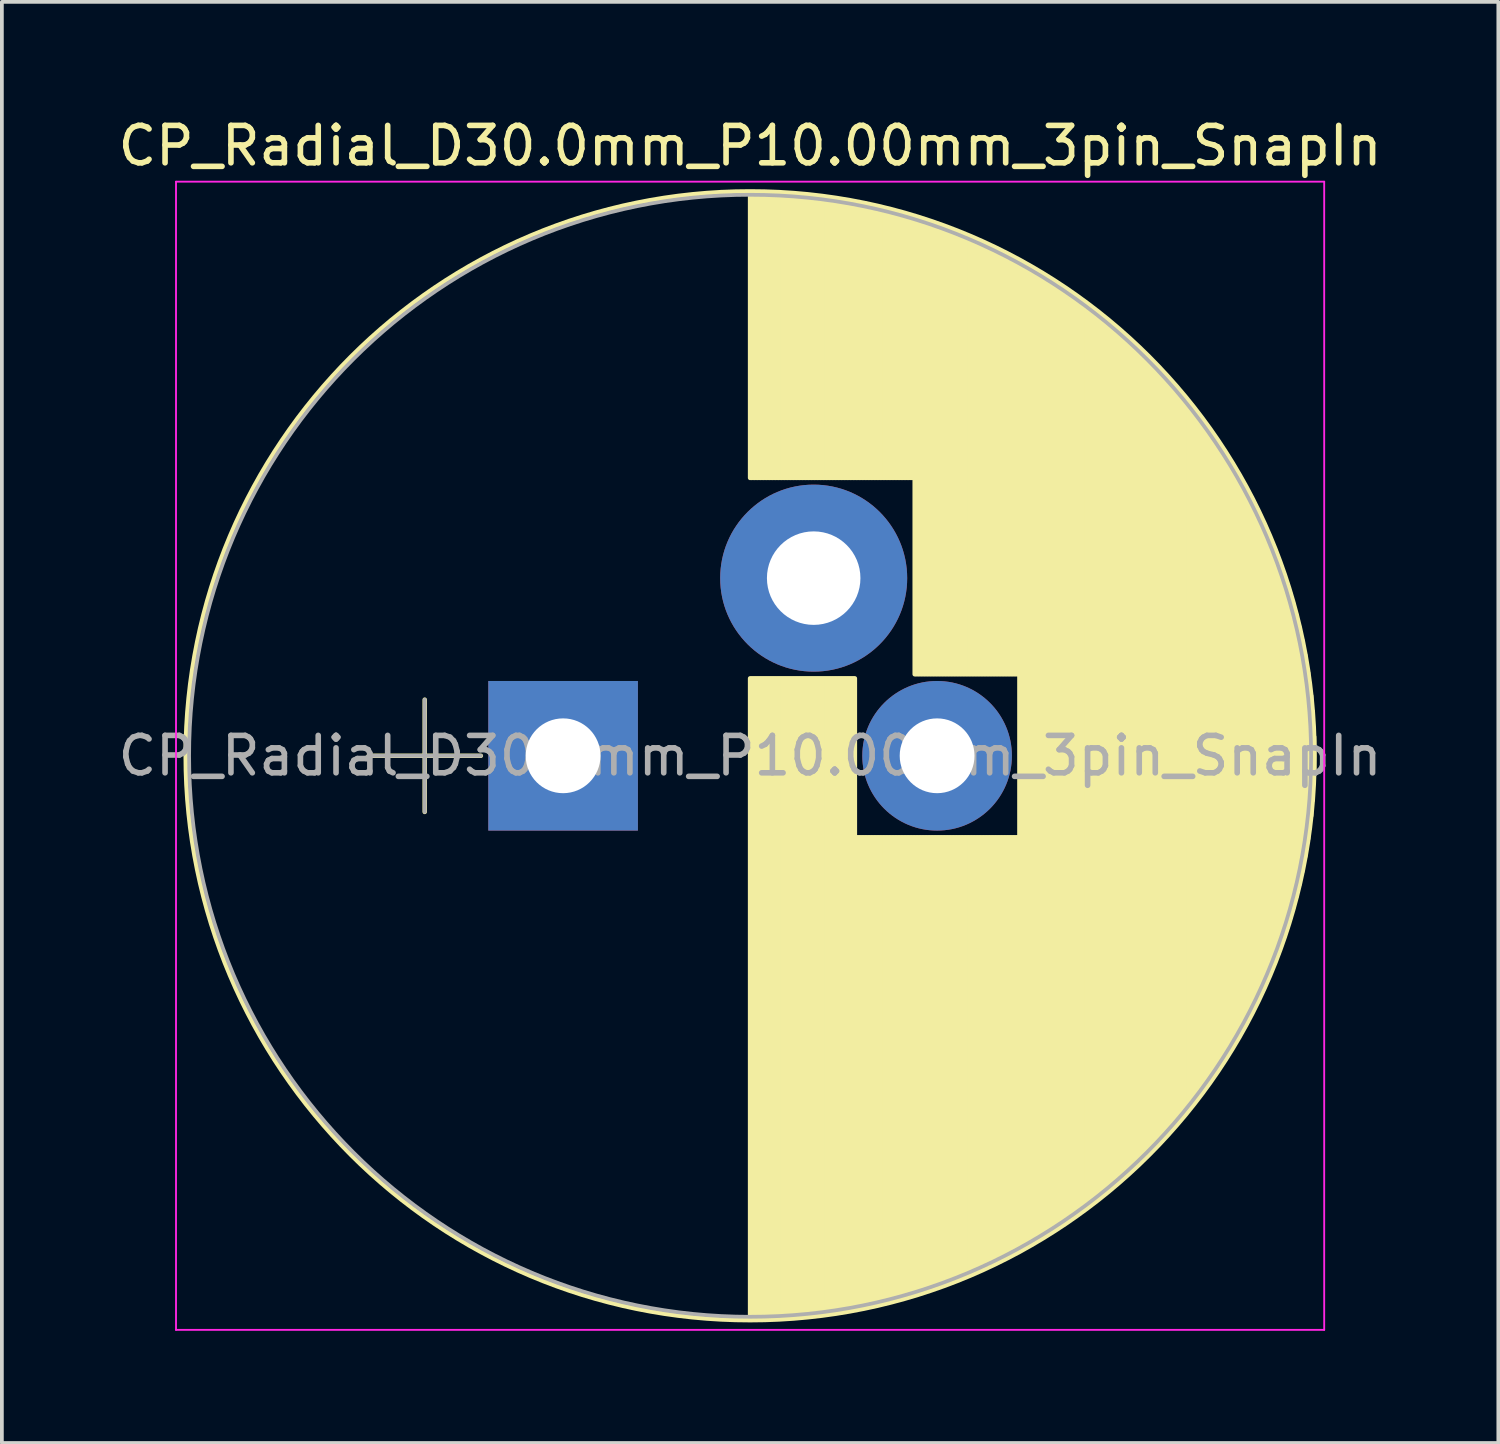
<source format=kicad_pcb>
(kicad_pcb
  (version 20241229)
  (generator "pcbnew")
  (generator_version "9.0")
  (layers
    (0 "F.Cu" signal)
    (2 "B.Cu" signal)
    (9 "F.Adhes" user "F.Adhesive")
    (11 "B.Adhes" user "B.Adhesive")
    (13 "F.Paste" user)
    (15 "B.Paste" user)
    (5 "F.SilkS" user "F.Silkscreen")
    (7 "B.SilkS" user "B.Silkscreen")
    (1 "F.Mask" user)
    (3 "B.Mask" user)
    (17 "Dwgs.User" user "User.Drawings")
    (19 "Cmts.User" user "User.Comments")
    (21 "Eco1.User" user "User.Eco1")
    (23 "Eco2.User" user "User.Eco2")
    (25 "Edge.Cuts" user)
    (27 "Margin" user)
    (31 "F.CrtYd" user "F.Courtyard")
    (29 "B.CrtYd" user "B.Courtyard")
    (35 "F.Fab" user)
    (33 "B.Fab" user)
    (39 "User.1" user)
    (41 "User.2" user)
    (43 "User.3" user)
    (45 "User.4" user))
  (footprint "CP_Radial_D30.0mm_P10.00mm_3pin_SnapIn"
    (layer "F.Cu")
    (at 12.006 17.158)
    (property "Reference" "CP_Radial_D30.0mm_P10.00mm_3pin_SnapIn" (at 5 -16.31 0) (layer "F.SilkS") (effects (font (size 1 1) (thickness 0.15))))
    (attr through_hole)
    (fp_line (start -5.2 0) (end -2.2 0) (stroke (width 0.12) (type solid)) (layer "F.SilkS"))
    (fp_line (start -3.7 -1.5) (end -3.7 1.5) (stroke (width 0.12) (type solid)) (layer "F.SilkS"))
    (fp_line (start 5 -15.05) (end 5 -7.43) (stroke (width 0.12) (type solid)) (layer "F.SilkS"))
    (fp_line (start 5 -2.07) (end 5 15.05) (stroke (width 0.12) (type solid)) (layer "F.SilkS"))
    (fp_line (start 5.04 -15.05) (end 5.04 -7.43) (stroke (width 0.12) (type solid)) (layer "F.SilkS"))
    (fp_line (start 5.04 -2.07) (end 5.04 15.05) (stroke (width 0.12) (type solid)) (layer "F.SilkS"))
    (fp_line (start 5.08 -15.05) (end 5.08 -7.43) (stroke (width 0.12) (type solid)) (layer "F.SilkS"))
    (fp_line (start 5.08 -2.07) (end 5.08 15.05) (stroke (width 0.12) (type solid)) (layer "F.SilkS"))
    (fp_line (start 5.12 -15.05) (end 5.12 -7.43) (stroke (width 0.12) (type solid)) (layer "F.SilkS"))
    (fp_line (start 5.12 -2.07) (end 5.12 15.05) (stroke (width 0.12) (type solid)) (layer "F.SilkS"))
    (fp_line (start 5.16 -15.05) (end 5.16 -7.43) (stroke (width 0.12) (type solid)) (layer "F.SilkS"))
    (fp_line (start 5.16 -2.07) (end 5.16 15.05) (stroke (width 0.12) (type solid)) (layer "F.SilkS"))
    (fp_line (start 5.2 -15.049) (end 5.2 -7.43) (stroke (width 0.12) (type solid)) (layer "F.SilkS"))
    (fp_line (start 5.2 -2.07) (end 5.2 15.049) (stroke (width 0.12) (type solid)) (layer "F.SilkS"))
    (fp_line (start 5.24 -15.049) (end 5.24 -7.43) (stroke (width 0.12) (type solid)) (layer "F.SilkS"))
    (fp_line (start 5.24 -2.07) (end 5.24 15.049) (stroke (width 0.12) (type solid)) (layer "F.SilkS"))
    (fp_line (start 5.28 -15.048) (end 5.28 -7.43) (stroke (width 0.12) (type solid)) (layer "F.SilkS"))
    (fp_line (start 5.28 -2.07) (end 5.28 15.048) (stroke (width 0.12) (type solid)) (layer "F.SilkS"))
    (fp_line (start 5.32 -15.047) (end 5.32 -7.43) (stroke (width 0.12) (type solid)) (layer "F.SilkS"))
    (fp_line (start 5.32 -2.07) (end 5.32 15.047) (stroke (width 0.12) (type solid)) (layer "F.SilkS"))
    (fp_line (start 5.36 -15.046) (end 5.36 -7.43) (stroke (width 0.12) (type solid)) (layer "F.SilkS"))
    (fp_line (start 5.36 -2.07) (end 5.36 15.046) (stroke (width 0.12) (type solid)) (layer "F.SilkS"))
    (fp_line (start 5.4 -15.045) (end 5.4 -7.43) (stroke (width 0.12) (type solid)) (layer "F.SilkS"))
    (fp_line (start 5.4 -2.07) (end 5.4 15.045) (stroke (width 0.12) (type solid)) (layer "F.SilkS"))
    (fp_line (start 5.44 -15.044) (end 5.44 -7.43) (stroke (width 0.12) (type solid)) (layer "F.SilkS"))
    (fp_line (start 5.44 -2.07) (end 5.44 15.044) (stroke (width 0.12) (type solid)) (layer "F.SilkS"))
    (fp_line (start 5.48 -15.043) (end 5.48 -7.43) (stroke (width 0.12) (type solid)) (layer "F.SilkS"))
    (fp_line (start 5.48 -2.07) (end 5.48 15.043) (stroke (width 0.12) (type solid)) (layer "F.SilkS"))
    (fp_line (start 5.52 -15.042) (end 5.52 -7.43) (stroke (width 0.12) (type solid)) (layer "F.SilkS"))
    (fp_line (start 5.52 -2.07) (end 5.52 15.042) (stroke (width 0.12) (type solid)) (layer "F.SilkS"))
    (fp_line (start 5.56 -15.04) (end 5.56 -7.43) (stroke (width 0.12) (type solid)) (layer "F.SilkS"))
    (fp_line (start 5.56 -2.07) (end 5.56 15.04) (stroke (width 0.12) (type solid)) (layer "F.SilkS"))
    (fp_line (start 5.6 -15.039) (end 5.6 -7.43) (stroke (width 0.12) (type solid)) (layer "F.SilkS"))
    (fp_line (start 5.6 -2.07) (end 5.6 15.039) (stroke (width 0.12) (type solid)) (layer "F.SilkS"))
    (fp_line (start 5.64 -15.037) (end 5.64 -7.43) (stroke (width 0.12) (type solid)) (layer "F.SilkS"))
    (fp_line (start 5.64 -2.07) (end 5.64 15.037) (stroke (width 0.12) (type solid)) (layer "F.SilkS"))
    (fp_line (start 5.68 -15.035) (end 5.68 -7.43) (stroke (width 0.12) (type solid)) (layer "F.SilkS"))
    (fp_line (start 5.68 -2.07) (end 5.68 15.035) (stroke (width 0.12) (type solid)) (layer "F.SilkS"))
    (fp_line (start 5.721 -15.033) (end 5.721 -7.43) (stroke (width 0.12) (type solid)) (layer "F.SilkS"))
    (fp_line (start 5.721 -2.07) (end 5.721 15.033) (stroke (width 0.12) (type solid)) (layer "F.SilkS"))
    (fp_line (start 5.761 -15.031) (end 5.761 -7.43) (stroke (width 0.12) (type solid)) (layer "F.SilkS"))
    (fp_line (start 5.761 -2.07) (end 5.761 15.031) (stroke (width 0.12) (type solid)) (layer "F.SilkS"))
    (fp_line (start 5.801 -15.029) (end 5.801 -7.43) (stroke (width 0.12) (type solid)) (layer "F.SilkS"))
    (fp_line (start 5.801 -2.07) (end 5.801 15.029) (stroke (width 0.12) (type solid)) (layer "F.SilkS"))
    (fp_line (start 5.841 -15.027) (end 5.841 -7.43) (stroke (width 0.12) (type solid)) (layer "F.SilkS"))
    (fp_line (start 5.841 -2.07) (end 5.841 15.027) (stroke (width 0.12) (type solid)) (layer "F.SilkS"))
    (fp_line (start 5.881 -15.025) (end 5.881 -7.43) (stroke (width 0.12) (type solid)) (layer "F.SilkS"))
    (fp_line (start 5.881 -2.07) (end 5.881 15.025) (stroke (width 0.12) (type solid)) (layer "F.SilkS"))
    (fp_line (start 5.921 -15.022) (end 5.921 -7.43) (stroke (width 0.12) (type solid)) (layer "F.SilkS"))
    (fp_line (start 5.921 -2.07) (end 5.921 15.022) (stroke (width 0.12) (type solid)) (layer "F.SilkS"))
    (fp_line (start 5.961 -15.02) (end 5.961 -7.43) (stroke (width 0.12) (type solid)) (layer "F.SilkS"))
    (fp_line (start 5.961 -2.07) (end 5.961 15.02) (stroke (width 0.12) (type solid)) (layer "F.SilkS"))
    (fp_line (start 6.001 -15.017) (end 6.001 -7.43) (stroke (width 0.12) (type solid)) (layer "F.SilkS"))
    (fp_line (start 6.001 -2.07) (end 6.001 15.017) (stroke (width 0.12) (type solid)) (layer "F.SilkS"))
    (fp_line (start 6.041 -15.015) (end 6.041 -7.43) (stroke (width 0.12) (type solid)) (layer "F.SilkS"))
    (fp_line (start 6.041 -2.07) (end 6.041 15.015) (stroke (width 0.12) (type solid)) (layer "F.SilkS"))
    (fp_line (start 6.081 -15.012) (end 6.081 -7.43) (stroke (width 0.12) (type solid)) (layer "F.SilkS"))
    (fp_line (start 6.081 -2.07) (end 6.081 15.012) (stroke (width 0.12) (type solid)) (layer "F.SilkS"))
    (fp_line (start 6.121 -15.009) (end 6.121 -7.43) (stroke (width 0.12) (type solid)) (layer "F.SilkS"))
    (fp_line (start 6.121 -2.07) (end 6.121 15.009) (stroke (width 0.12) (type solid)) (layer "F.SilkS"))
    (fp_line (start 6.161 -15.006) (end 6.161 -7.43) (stroke (width 0.12) (type solid)) (layer "F.SilkS"))
    (fp_line (start 6.161 -2.07) (end 6.161 15.006) (stroke (width 0.12) (type solid)) (layer "F.SilkS"))
    (fp_line (start 6.201 -15.003) (end 6.201 -7.43) (stroke (width 0.12) (type solid)) (layer "F.SilkS"))
    (fp_line (start 6.201 -2.07) (end 6.201 15.003) (stroke (width 0.12) (type solid)) (layer "F.SilkS"))
    (fp_line (start 6.241 -14.999) (end 6.241 -7.43) (stroke (width 0.12) (type solid)) (layer "F.SilkS"))
    (fp_line (start 6.241 -2.07) (end 6.241 14.999) (stroke (width 0.12) (type solid)) (layer "F.SilkS"))
    (fp_line (start 6.281 -14.996) (end 6.281 -7.43) (stroke (width 0.12) (type solid)) (layer "F.SilkS"))
    (fp_line (start 6.281 -2.07) (end 6.281 14.996) (stroke (width 0.12) (type solid)) (layer "F.SilkS"))
    (fp_line (start 6.321 -14.993) (end 6.321 -7.43) (stroke (width 0.12) (type solid)) (layer "F.SilkS"))
    (fp_line (start 6.321 -2.07) (end 6.321 14.993) (stroke (width 0.12) (type solid)) (layer "F.SilkS"))
    (fp_line (start 6.361 -14.989) (end 6.361 -7.43) (stroke (width 0.12) (type solid)) (layer "F.SilkS"))
    (fp_line (start 6.361 -2.07) (end 6.361 14.989) (stroke (width 0.12) (type solid)) (layer "F.SilkS"))
    (fp_line (start 6.401 -14.985) (end 6.401 -7.43) (stroke (width 0.12) (type solid)) (layer "F.SilkS"))
    (fp_line (start 6.401 -2.07) (end 6.401 14.985) (stroke (width 0.12) (type solid)) (layer "F.SilkS"))
    (fp_line (start 6.441 -14.982) (end 6.441 -7.43) (stroke (width 0.12) (type solid)) (layer "F.SilkS"))
    (fp_line (start 6.441 -2.07) (end 6.441 14.982) (stroke (width 0.12) (type solid)) (layer "F.SilkS"))
    (fp_line (start 6.481 -14.978) (end 6.481 -7.43) (stroke (width 0.12) (type solid)) (layer "F.SilkS"))
    (fp_line (start 6.481 -2.07) (end 6.481 14.978) (stroke (width 0.12) (type solid)) (layer "F.SilkS"))
    (fp_line (start 6.521 -14.974) (end 6.521 -7.43) (stroke (width 0.12) (type solid)) (layer "F.SilkS"))
    (fp_line (start 6.521 -2.07) (end 6.521 14.974) (stroke (width 0.12) (type solid)) (layer "F.SilkS"))
    (fp_line (start 6.561 -14.97) (end 6.561 -7.43) (stroke (width 0.12) (type solid)) (layer "F.SilkS"))
    (fp_line (start 6.561 -2.07) (end 6.561 14.97) (stroke (width 0.12) (type solid)) (layer "F.SilkS"))
    (fp_line (start 6.601 -14.965) (end 6.601 -7.43) (stroke (width 0.12) (type solid)) (layer "F.SilkS"))
    (fp_line (start 6.601 -2.07) (end 6.601 14.965) (stroke (width 0.12) (type solid)) (layer "F.SilkS"))
    (fp_line (start 6.641 -14.961) (end 6.641 -7.43) (stroke (width 0.12) (type solid)) (layer "F.SilkS"))
    (fp_line (start 6.641 -2.07) (end 6.641 14.961) (stroke (width 0.12) (type solid)) (layer "F.SilkS"))
    (fp_line (start 6.681 -14.957) (end 6.681 -7.43) (stroke (width 0.12) (type solid)) (layer "F.SilkS"))
    (fp_line (start 6.681 -2.07) (end 6.681 14.957) (stroke (width 0.12) (type solid)) (layer "F.SilkS"))
    (fp_line (start 6.721 -14.952) (end 6.721 -7.43) (stroke (width 0.12) (type solid)) (layer "F.SilkS"))
    (fp_line (start 6.721 -2.07) (end 6.721 14.952) (stroke (width 0.12) (type solid)) (layer "F.SilkS"))
    (fp_line (start 6.761 -14.948) (end 6.761 -7.43) (stroke (width 0.12) (type solid)) (layer "F.SilkS"))
    (fp_line (start 6.761 -2.07) (end 6.761 14.948) (stroke (width 0.12) (type solid)) (layer "F.SilkS"))
    (fp_line (start 6.801 -14.943) (end 6.801 -7.43) (stroke (width 0.12) (type solid)) (layer "F.SilkS"))
    (fp_line (start 6.801 -2.07) (end 6.801 14.943) (stroke (width 0.12) (type solid)) (layer "F.SilkS"))
    (fp_line (start 6.841 -14.938) (end 6.841 -7.43) (stroke (width 0.12) (type solid)) (layer "F.SilkS"))
    (fp_line (start 6.841 -2.07) (end 6.841 14.938) (stroke (width 0.12) (type solid)) (layer "F.SilkS"))
    (fp_line (start 6.881 -14.933) (end 6.881 -7.43) (stroke (width 0.12) (type solid)) (layer "F.SilkS"))
    (fp_line (start 6.881 -2.07) (end 6.881 14.933) (stroke (width 0.12) (type solid)) (layer "F.SilkS"))
    (fp_line (start 6.921 -14.928) (end 6.921 -7.43) (stroke (width 0.12) (type solid)) (layer "F.SilkS"))
    (fp_line (start 6.921 -2.07) (end 6.921 14.928) (stroke (width 0.12) (type solid)) (layer "F.SilkS"))
    (fp_line (start 6.961 -14.923) (end 6.961 -7.43) (stroke (width 0.12) (type solid)) (layer "F.SilkS"))
    (fp_line (start 6.961 -2.07) (end 6.961 14.923) (stroke (width 0.12) (type solid)) (layer "F.SilkS"))
    (fp_line (start 7.001 -14.917) (end 7.001 -7.43) (stroke (width 0.12) (type solid)) (layer "F.SilkS"))
    (fp_line (start 7.001 -2.07) (end 7.001 14.917) (stroke (width 0.12) (type solid)) (layer "F.SilkS"))
    (fp_line (start 7.041 -14.912) (end 7.041 -7.43) (stroke (width 0.12) (type solid)) (layer "F.SilkS"))
    (fp_line (start 7.041 -2.07) (end 7.041 14.912) (stroke (width 0.12) (type solid)) (layer "F.SilkS"))
    (fp_line (start 7.081 -14.906) (end 7.081 -7.43) (stroke (width 0.12) (type solid)) (layer "F.SilkS"))
    (fp_line (start 7.081 -2.07) (end 7.081 14.906) (stroke (width 0.12) (type solid)) (layer "F.SilkS"))
    (fp_line (start 7.121 -14.901) (end 7.121 -7.43) (stroke (width 0.12) (type solid)) (layer "F.SilkS"))
    (fp_line (start 7.121 -2.07) (end 7.121 14.901) (stroke (width 0.12) (type solid)) (layer "F.SilkS"))
    (fp_line (start 7.161 -14.895) (end 7.161 -7.43) (stroke (width 0.12) (type solid)) (layer "F.SilkS"))
    (fp_line (start 7.161 -2.07) (end 7.161 14.895) (stroke (width 0.12) (type solid)) (layer "F.SilkS"))
    (fp_line (start 7.201 -14.889) (end 7.201 -7.43) (stroke (width 0.12) (type solid)) (layer "F.SilkS"))
    (fp_line (start 7.201 -2.07) (end 7.201 14.889) (stroke (width 0.12) (type solid)) (layer "F.SilkS"))
    (fp_line (start 7.241 -14.883) (end 7.241 -7.43) (stroke (width 0.12) (type solid)) (layer "F.SilkS"))
    (fp_line (start 7.241 -2.07) (end 7.241 14.883) (stroke (width 0.12) (type solid)) (layer "F.SilkS"))
    (fp_line (start 7.281 -14.877) (end 7.281 -7.43) (stroke (width 0.12) (type solid)) (layer "F.SilkS"))
    (fp_line (start 7.281 -2.07) (end 7.281 14.877) (stroke (width 0.12) (type solid)) (layer "F.SilkS"))
    (fp_line (start 7.321 -14.871) (end 7.321 -7.43) (stroke (width 0.12) (type solid)) (layer "F.SilkS"))
    (fp_line (start 7.321 -2.07) (end 7.321 14.871) (stroke (width 0.12) (type solid)) (layer "F.SilkS"))
    (fp_line (start 7.361 -14.865) (end 7.361 -7.43) (stroke (width 0.12) (type solid)) (layer "F.SilkS"))
    (fp_line (start 7.361 -2.07) (end 7.361 14.865) (stroke (width 0.12) (type solid)) (layer "F.SilkS"))
    (fp_line (start 7.401 -14.858) (end 7.401 -7.43) (stroke (width 0.12) (type solid)) (layer "F.SilkS"))
    (fp_line (start 7.401 -2.07) (end 7.401 14.858) (stroke (width 0.12) (type solid)) (layer "F.SilkS"))
    (fp_line (start 7.441 -14.852) (end 7.441 -7.43) (stroke (width 0.12) (type solid)) (layer "F.SilkS"))
    (fp_line (start 7.441 -2.07) (end 7.441 14.852) (stroke (width 0.12) (type solid)) (layer "F.SilkS"))
    (fp_line (start 7.481 -14.845) (end 7.481 -7.43) (stroke (width 0.12) (type solid)) (layer "F.SilkS"))
    (fp_line (start 7.481 -2.07) (end 7.481 14.845) (stroke (width 0.12) (type solid)) (layer "F.SilkS"))
    (fp_line (start 7.521 -14.839) (end 7.521 -7.43) (stroke (width 0.12) (type solid)) (layer "F.SilkS"))
    (fp_line (start 7.521 -2.07) (end 7.521 14.839) (stroke (width 0.12) (type solid)) (layer "F.SilkS"))
    (fp_line (start 7.561 -14.832) (end 7.561 -7.43) (stroke (width 0.12) (type solid)) (layer "F.SilkS"))
    (fp_line (start 7.561 -2.07) (end 7.561 14.832) (stroke (width 0.12) (type solid)) (layer "F.SilkS"))
    (fp_line (start 7.601 -14.825) (end 7.601 -7.43) (stroke (width 0.12) (type solid)) (layer "F.SilkS"))
    (fp_line (start 7.601 -2.07) (end 7.601 14.825) (stroke (width 0.12) (type solid)) (layer "F.SilkS"))
    (fp_line (start 7.641 -14.818) (end 7.641 -7.43) (stroke (width 0.12) (type solid)) (layer "F.SilkS"))
    (fp_line (start 7.641 -2.07) (end 7.641 14.818) (stroke (width 0.12) (type solid)) (layer "F.SilkS"))
    (fp_line (start 7.681 -14.811) (end 7.681 -7.43) (stroke (width 0.12) (type solid)) (layer "F.SilkS"))
    (fp_line (start 7.681 -2.07) (end 7.681 14.811) (stroke (width 0.12) (type solid)) (layer "F.SilkS"))
    (fp_line (start 7.721 -14.803) (end 7.721 -7.43) (stroke (width 0.12) (type solid)) (layer "F.SilkS"))
    (fp_line (start 7.721 -2.07) (end 7.721 14.803) (stroke (width 0.12) (type solid)) (layer "F.SilkS"))
    (fp_line (start 7.761 -14.796) (end 7.761 -7.43) (stroke (width 0.12) (type solid)) (layer "F.SilkS"))
    (fp_line (start 7.761 -2.07) (end 7.761 14.796) (stroke (width 0.12) (type solid)) (layer "F.SilkS"))
    (fp_line (start 7.801 -14.788) (end 7.801 -7.43) (stroke (width 0.12) (type solid)) (layer "F.SilkS"))
    (fp_line (start 7.801 -2.07) (end 7.801 14.788) (stroke (width 0.12) (type solid)) (layer "F.SilkS"))
    (fp_line (start 7.841 -14.781) (end 7.841 -7.43) (stroke (width 0.12) (type solid)) (layer "F.SilkS"))
    (fp_line (start 7.841 2.18) (end 7.841 14.781) (stroke (width 0.12) (type solid)) (layer "F.SilkS"))
    (fp_line (start 7.881 -14.773) (end 7.881 -7.43) (stroke (width 0.12) (type solid)) (layer "F.SilkS"))
    (fp_line (start 7.881 2.18) (end 7.881 14.773) (stroke (width 0.12) (type solid)) (layer "F.SilkS"))
    (fp_line (start 7.921 -14.765) (end 7.921 -7.43) (stroke (width 0.12) (type solid)) (layer "F.SilkS"))
    (fp_line (start 7.921 2.18) (end 7.921 14.765) (stroke (width 0.12) (type solid)) (layer "F.SilkS"))
    (fp_line (start 7.961 -14.757) (end 7.961 -7.43) (stroke (width 0.12) (type solid)) (layer "F.SilkS"))
    (fp_line (start 7.961 2.18) (end 7.961 14.757) (stroke (width 0.12) (type solid)) (layer "F.SilkS"))
    (fp_line (start 8.001 -14.749) (end 8.001 -7.43) (stroke (width 0.12) (type solid)) (layer "F.SilkS"))
    (fp_line (start 8.001 2.18) (end 8.001 14.749) (stroke (width 0.12) (type solid)) (layer "F.SilkS"))
    (fp_line (start 8.041 -14.741) (end 8.041 -7.43) (stroke (width 0.12) (type solid)) (layer "F.SilkS"))
    (fp_line (start 8.041 2.18) (end 8.041 14.741) (stroke (width 0.12) (type solid)) (layer "F.SilkS"))
    (fp_line (start 8.081 -14.733) (end 8.081 -7.43) (stroke (width 0.12) (type solid)) (layer "F.SilkS"))
    (fp_line (start 8.081 2.18) (end 8.081 14.733) (stroke (width 0.12) (type solid)) (layer "F.SilkS"))
    (fp_line (start 8.121 -14.724) (end 8.121 -7.43) (stroke (width 0.12) (type solid)) (layer "F.SilkS"))
    (fp_line (start 8.121 2.18) (end 8.121 14.724) (stroke (width 0.12) (type solid)) (layer "F.SilkS"))
    (fp_line (start 8.161 -14.716) (end 8.161 -7.43) (stroke (width 0.12) (type solid)) (layer "F.SilkS"))
    (fp_line (start 8.161 2.18) (end 8.161 14.716) (stroke (width 0.12) (type solid)) (layer "F.SilkS"))
    (fp_line (start 8.201 -14.707) (end 8.201 -7.43) (stroke (width 0.12) (type solid)) (layer "F.SilkS"))
    (fp_line (start 8.201 2.18) (end 8.201 14.707) (stroke (width 0.12) (type solid)) (layer "F.SilkS"))
    (fp_line (start 8.241 -14.699) (end 8.241 -7.43) (stroke (width 0.12) (type solid)) (layer "F.SilkS"))
    (fp_line (start 8.241 2.18) (end 8.241 14.699) (stroke (width 0.12) (type solid)) (layer "F.SilkS"))
    (fp_line (start 8.281 -14.69) (end 8.281 -7.43) (stroke (width 0.12) (type solid)) (layer "F.SilkS"))
    (fp_line (start 8.281 2.18) (end 8.281 14.69) (stroke (width 0.12) (type solid)) (layer "F.SilkS"))
    (fp_line (start 8.321 -14.681) (end 8.321 -7.43) (stroke (width 0.12) (type solid)) (layer "F.SilkS"))
    (fp_line (start 8.321 2.18) (end 8.321 14.681) (stroke (width 0.12) (type solid)) (layer "F.SilkS"))
    (fp_line (start 8.361 -14.672) (end 8.361 -7.43) (stroke (width 0.12) (type solid)) (layer "F.SilkS"))
    (fp_line (start 8.361 2.18) (end 8.361 14.672) (stroke (width 0.12) (type solid)) (layer "F.SilkS"))
    (fp_line (start 8.401 -14.662) (end 8.401 -7.43) (stroke (width 0.12) (type solid)) (layer "F.SilkS"))
    (fp_line (start 8.401 2.18) (end 8.401 14.662) (stroke (width 0.12) (type solid)) (layer "F.SilkS"))
    (fp_line (start 8.441 -14.653) (end 8.441 -7.43) (stroke (width 0.12) (type solid)) (layer "F.SilkS"))
    (fp_line (start 8.441 2.18) (end 8.441 14.653) (stroke (width 0.12) (type solid)) (layer "F.SilkS"))
    (fp_line (start 8.481 -14.644) (end 8.481 -7.43) (stroke (width 0.12) (type solid)) (layer "F.SilkS"))
    (fp_line (start 8.481 2.18) (end 8.481 14.644) (stroke (width 0.12) (type solid)) (layer "F.SilkS"))
    (fp_line (start 8.521 -14.634) (end 8.521 -7.43) (stroke (width 0.12) (type solid)) (layer "F.SilkS"))
    (fp_line (start 8.521 2.18) (end 8.521 14.634) (stroke (width 0.12) (type solid)) (layer "F.SilkS"))
    (fp_line (start 8.561 -14.625) (end 8.561 -7.43) (stroke (width 0.12) (type solid)) (layer "F.SilkS"))
    (fp_line (start 8.561 2.18) (end 8.561 14.625) (stroke (width 0.12) (type solid)) (layer "F.SilkS"))
    (fp_line (start 8.601 -14.615) (end 8.601 -7.43) (stroke (width 0.12) (type solid)) (layer "F.SilkS"))
    (fp_line (start 8.601 2.18) (end 8.601 14.615) (stroke (width 0.12) (type solid)) (layer "F.SilkS"))
    (fp_line (start 8.641 -14.605) (end 8.641 -7.43) (stroke (width 0.12) (type solid)) (layer "F.SilkS"))
    (fp_line (start 8.641 2.18) (end 8.641 14.605) (stroke (width 0.12) (type solid)) (layer "F.SilkS"))
    (fp_line (start 8.681 -14.595) (end 8.681 -7.43) (stroke (width 0.12) (type solid)) (layer "F.SilkS"))
    (fp_line (start 8.681 2.18) (end 8.681 14.595) (stroke (width 0.12) (type solid)) (layer "F.SilkS"))
    (fp_line (start 8.721 -14.585) (end 8.721 -7.43) (stroke (width 0.12) (type solid)) (layer "F.SilkS"))
    (fp_line (start 8.721 2.18) (end 8.721 14.585) (stroke (width 0.12) (type solid)) (layer "F.SilkS"))
    (fp_line (start 8.761 -14.575) (end 8.761 -7.43) (stroke (width 0.12) (type solid)) (layer "F.SilkS"))
    (fp_line (start 8.761 2.18) (end 8.761 14.575) (stroke (width 0.12) (type solid)) (layer "F.SilkS"))
    (fp_line (start 8.801 -14.564) (end 8.801 -7.43) (stroke (width 0.12) (type solid)) (layer "F.SilkS"))
    (fp_line (start 8.801 2.18) (end 8.801 14.564) (stroke (width 0.12) (type solid)) (layer "F.SilkS"))
    (fp_line (start 8.841 -14.554) (end 8.841 -7.43) (stroke (width 0.12) (type solid)) (layer "F.SilkS"))
    (fp_line (start 8.841 2.18) (end 8.841 14.554) (stroke (width 0.12) (type solid)) (layer "F.SilkS"))
    (fp_line (start 8.881 -14.543) (end 8.881 -7.43) (stroke (width 0.12) (type solid)) (layer "F.SilkS"))
    (fp_line (start 8.881 2.18) (end 8.881 14.543) (stroke (width 0.12) (type solid)) (layer "F.SilkS"))
    (fp_line (start 8.921 -14.532) (end 8.921 -7.43) (stroke (width 0.12) (type solid)) (layer "F.SilkS"))
    (fp_line (start 8.921 2.18) (end 8.921 14.532) (stroke (width 0.12) (type solid)) (layer "F.SilkS"))
    (fp_line (start 8.961 -14.522) (end 8.961 -7.43) (stroke (width 0.12) (type solid)) (layer "F.SilkS"))
    (fp_line (start 8.961 2.18) (end 8.961 14.522) (stroke (width 0.12) (type solid)) (layer "F.SilkS"))
    (fp_line (start 9.001 -14.511) (end 9.001 -7.43) (stroke (width 0.12) (type solid)) (layer "F.SilkS"))
    (fp_line (start 9.001 2.18) (end 9.001 14.511) (stroke (width 0.12) (type solid)) (layer "F.SilkS"))
    (fp_line (start 9.041 -14.5) (end 9.041 -7.43) (stroke (width 0.12) (type solid)) (layer "F.SilkS"))
    (fp_line (start 9.041 2.18) (end 9.041 14.5) (stroke (width 0.12) (type solid)) (layer "F.SilkS"))
    (fp_line (start 9.081 -14.488) (end 9.081 -7.43) (stroke (width 0.12) (type solid)) (layer "F.SilkS"))
    (fp_line (start 9.081 2.18) (end 9.081 14.488) (stroke (width 0.12) (type solid)) (layer "F.SilkS"))
    (fp_line (start 9.121 -14.477) (end 9.121 -7.43) (stroke (width 0.12) (type solid)) (layer "F.SilkS"))
    (fp_line (start 9.121 2.18) (end 9.121 14.477) (stroke (width 0.12) (type solid)) (layer "F.SilkS"))
    (fp_line (start 9.161 -14.466) (end 9.161 -7.43) (stroke (width 0.12) (type solid)) (layer "F.SilkS"))
    (fp_line (start 9.161 2.18) (end 9.161 14.466) (stroke (width 0.12) (type solid)) (layer "F.SilkS"))
    (fp_line (start 9.201 -14.454) (end 9.201 -7.43) (stroke (width 0.12) (type solid)) (layer "F.SilkS"))
    (fp_line (start 9.201 2.18) (end 9.201 14.454) (stroke (width 0.12) (type solid)) (layer "F.SilkS"))
    (fp_line (start 9.241 -14.443) (end 9.241 -7.43) (stroke (width 0.12) (type solid)) (layer "F.SilkS"))
    (fp_line (start 9.241 2.18) (end 9.241 14.443) (stroke (width 0.12) (type solid)) (layer "F.SilkS"))
    (fp_line (start 9.281 -14.431) (end 9.281 -7.43) (stroke (width 0.12) (type solid)) (layer "F.SilkS"))
    (fp_line (start 9.281 2.18) (end 9.281 14.431) (stroke (width 0.12) (type solid)) (layer "F.SilkS"))
    (fp_line (start 9.321 -14.419) (end 9.321 -7.43) (stroke (width 0.12) (type solid)) (layer "F.SilkS"))
    (fp_line (start 9.321 2.18) (end 9.321 14.419) (stroke (width 0.12) (type solid)) (layer "F.SilkS"))
    (fp_line (start 9.361 -14.407) (end 9.361 -7.43) (stroke (width 0.12) (type solid)) (layer "F.SilkS"))
    (fp_line (start 9.361 2.18) (end 9.361 14.407) (stroke (width 0.12) (type solid)) (layer "F.SilkS"))
    (fp_line (start 9.401 -14.395) (end 9.401 -2.18) (stroke (width 0.12) (type solid)) (layer "F.SilkS"))
    (fp_line (start 9.401 2.18) (end 9.401 14.395) (stroke (width 0.12) (type solid)) (layer "F.SilkS"))
    (fp_line (start 9.441 -14.383) (end 9.441 -2.18) (stroke (width 0.12) (type solid)) (layer "F.SilkS"))
    (fp_line (start 9.441 2.18) (end 9.441 14.383) (stroke (width 0.12) (type solid)) (layer "F.SilkS"))
    (fp_line (start 9.481 -14.37) (end 9.481 -2.18) (stroke (width 0.12) (type solid)) (layer "F.SilkS"))
    (fp_line (start 9.481 2.18) (end 9.481 14.37) (stroke (width 0.12) (type solid)) (layer "F.SilkS"))
    (fp_line (start 9.521 -14.358) (end 9.521 -2.18) (stroke (width 0.12) (type solid)) (layer "F.SilkS"))
    (fp_line (start 9.521 2.18) (end 9.521 14.358) (stroke (width 0.12) (type solid)) (layer "F.SilkS"))
    (fp_line (start 9.561 -14.345) (end 9.561 -2.18) (stroke (width 0.12) (type solid)) (layer "F.SilkS"))
    (fp_line (start 9.561 2.18) (end 9.561 14.345) (stroke (width 0.12) (type solid)) (layer "F.SilkS"))
    (fp_line (start 9.601 -14.332) (end 9.601 -2.18) (stroke (width 0.12) (type solid)) (layer "F.SilkS"))
    (fp_line (start 9.601 2.18) (end 9.601 14.332) (stroke (width 0.12) (type solid)) (layer "F.SilkS"))
    (fp_line (start 9.641 -14.319) (end 9.641 -2.18) (stroke (width 0.12) (type solid)) (layer "F.SilkS"))
    (fp_line (start 9.641 2.18) (end 9.641 14.319) (stroke (width 0.12) (type solid)) (layer "F.SilkS"))
    (fp_line (start 9.681 -14.306) (end 9.681 -2.18) (stroke (width 0.12) (type solid)) (layer "F.SilkS"))
    (fp_line (start 9.681 2.18) (end 9.681 14.306) (stroke (width 0.12) (type solid)) (layer "F.SilkS"))
    (fp_line (start 9.721 -14.293) (end 9.721 -2.18) (stroke (width 0.12) (type solid)) (layer "F.SilkS"))
    (fp_line (start 9.721 2.18) (end 9.721 14.293) (stroke (width 0.12) (type solid)) (layer "F.SilkS"))
    (fp_line (start 9.761 -14.28) (end 9.761 -2.18) (stroke (width 0.12) (type solid)) (layer "F.SilkS"))
    (fp_line (start 9.761 2.18) (end 9.761 14.28) (stroke (width 0.12) (type solid)) (layer "F.SilkS"))
    (fp_line (start 9.801 -14.267) (end 9.801 -2.18) (stroke (width 0.12) (type solid)) (layer "F.SilkS"))
    (fp_line (start 9.801 2.18) (end 9.801 14.267) (stroke (width 0.12) (type solid)) (layer "F.SilkS"))
    (fp_line (start 9.841 -14.253) (end 9.841 -2.18) (stroke (width 0.12) (type solid)) (layer "F.SilkS"))
    (fp_line (start 9.841 2.18) (end 9.841 14.253) (stroke (width 0.12) (type solid)) (layer "F.SilkS"))
    (fp_line (start 9.881 -14.24) (end 9.881 -2.18) (stroke (width 0.12) (type solid)) (layer "F.SilkS"))
    (fp_line (start 9.881 2.18) (end 9.881 14.24) (stroke (width 0.12) (type solid)) (layer "F.SilkS"))
    (fp_line (start 9.921 -14.226) (end 9.921 -2.18) (stroke (width 0.12) (type solid)) (layer "F.SilkS"))
    (fp_line (start 9.921 2.18) (end 9.921 14.226) (stroke (width 0.12) (type solid)) (layer "F.SilkS"))
    (fp_line (start 9.961 -14.212) (end 9.961 -2.18) (stroke (width 0.12) (type solid)) (layer "F.SilkS"))
    (fp_line (start 9.961 2.18) (end 9.961 14.212) (stroke (width 0.12) (type solid)) (layer "F.SilkS"))
    (fp_line (start 10.001 -14.198) (end 10.001 -2.18) (stroke (width 0.12) (type solid)) (layer "F.SilkS"))
    (fp_line (start 10.001 2.18) (end 10.001 14.198) (stroke (width 0.12) (type solid)) (layer "F.SilkS"))
    (fp_line (start 10.041 -14.184) (end 10.041 -2.18) (stroke (width 0.12) (type solid)) (layer "F.SilkS"))
    (fp_line (start 10.041 2.18) (end 10.041 14.184) (stroke (width 0.12) (type solid)) (layer "F.SilkS"))
    (fp_line (start 10.081 -14.17) (end 10.081 -2.18) (stroke (width 0.12) (type solid)) (layer "F.SilkS"))
    (fp_line (start 10.081 2.18) (end 10.081 14.17) (stroke (width 0.12) (type solid)) (layer "F.SilkS"))
    (fp_line (start 10.121 -14.155) (end 10.121 -2.18) (stroke (width 0.12) (type solid)) (layer "F.SilkS"))
    (fp_line (start 10.121 2.18) (end 10.121 14.155) (stroke (width 0.12) (type solid)) (layer "F.SilkS"))
    (fp_line (start 10.161 -14.141) (end 10.161 -2.18) (stroke (width 0.12) (type solid)) (layer "F.SilkS"))
    (fp_line (start 10.161 2.18) (end 10.161 14.141) (stroke (width 0.12) (type solid)) (layer "F.SilkS"))
    (fp_line (start 10.201 -14.126) (end 10.201 -2.18) (stroke (width 0.12) (type solid)) (layer "F.SilkS"))
    (fp_line (start 10.201 2.18) (end 10.201 14.126) (stroke (width 0.12) (type solid)) (layer "F.SilkS"))
    (fp_line (start 10.241 -14.111) (end 10.241 -2.18) (stroke (width 0.12) (type solid)) (layer "F.SilkS"))
    (fp_line (start 10.241 2.18) (end 10.241 14.111) (stroke (width 0.12) (type solid)) (layer "F.SilkS"))
    (fp_line (start 10.281 -14.097) (end 10.281 -2.18) (stroke (width 0.12) (type solid)) (layer "F.SilkS"))
    (fp_line (start 10.281 2.18) (end 10.281 14.097) (stroke (width 0.12) (type solid)) (layer "F.SilkS"))
    (fp_line (start 10.321 -14.082) (end 10.321 -2.18) (stroke (width 0.12) (type solid)) (layer "F.SilkS"))
    (fp_line (start 10.321 2.18) (end 10.321 14.082) (stroke (width 0.12) (type solid)) (layer "F.SilkS"))
    (fp_line (start 10.361 -14.066) (end 10.361 -2.18) (stroke (width 0.12) (type solid)) (layer "F.SilkS"))
    (fp_line (start 10.361 2.18) (end 10.361 14.066) (stroke (width 0.12) (type solid)) (layer "F.SilkS"))
    (fp_line (start 10.401 -14.051) (end 10.401 -2.18) (stroke (width 0.12) (type solid)) (layer "F.SilkS"))
    (fp_line (start 10.401 2.18) (end 10.401 14.051) (stroke (width 0.12) (type solid)) (layer "F.SilkS"))
    (fp_line (start 10.441 -14.036) (end 10.441 -2.18) (stroke (width 0.12) (type solid)) (layer "F.SilkS"))
    (fp_line (start 10.441 2.18) (end 10.441 14.036) (stroke (width 0.12) (type solid)) (layer "F.SilkS"))
    (fp_line (start 10.481 -14.02) (end 10.481 -2.18) (stroke (width 0.12) (type solid)) (layer "F.SilkS"))
    (fp_line (start 10.481 2.18) (end 10.481 14.02) (stroke (width 0.12) (type solid)) (layer "F.SilkS"))
    (fp_line (start 10.521 -14.005) (end 10.521 -2.18) (stroke (width 0.12) (type solid)) (layer "F.SilkS"))
    (fp_line (start 10.521 2.18) (end 10.521 14.005) (stroke (width 0.12) (type solid)) (layer "F.SilkS"))
    (fp_line (start 10.561 -13.989) (end 10.561 -2.18) (stroke (width 0.12) (type solid)) (layer "F.SilkS"))
    (fp_line (start 10.561 2.18) (end 10.561 13.989) (stroke (width 0.12) (type solid)) (layer "F.SilkS"))
    (fp_line (start 10.601 -13.973) (end 10.601 -2.18) (stroke (width 0.12) (type solid)) (layer "F.SilkS"))
    (fp_line (start 10.601 2.18) (end 10.601 13.973) (stroke (width 0.12) (type solid)) (layer "F.SilkS"))
    (fp_line (start 10.641 -13.957) (end 10.641 -2.18) (stroke (width 0.12) (type solid)) (layer "F.SilkS"))
    (fp_line (start 10.641 2.18) (end 10.641 13.957) (stroke (width 0.12) (type solid)) (layer "F.SilkS"))
    (fp_line (start 10.681 -13.941) (end 10.681 -2.18) (stroke (width 0.12) (type solid)) (layer "F.SilkS"))
    (fp_line (start 10.681 2.18) (end 10.681 13.941) (stroke (width 0.12) (type solid)) (layer "F.SilkS"))
    (fp_line (start 10.721 -13.924) (end 10.721 -2.18) (stroke (width 0.12) (type solid)) (layer "F.SilkS"))
    (fp_line (start 10.721 2.18) (end 10.721 13.924) (stroke (width 0.12) (type solid)) (layer "F.SilkS"))
    (fp_line (start 10.761 -13.908) (end 10.761 -2.18) (stroke (width 0.12) (type solid)) (layer "F.SilkS"))
    (fp_line (start 10.761 2.18) (end 10.761 13.908) (stroke (width 0.12) (type solid)) (layer "F.SilkS"))
    (fp_line (start 10.801 -13.891) (end 10.801 -2.18) (stroke (width 0.12) (type solid)) (layer "F.SilkS"))
    (fp_line (start 10.801 2.18) (end 10.801 13.891) (stroke (width 0.12) (type solid)) (layer "F.SilkS"))
    (fp_line (start 10.841 -13.875) (end 10.841 -2.18) (stroke (width 0.12) (type solid)) (layer "F.SilkS"))
    (fp_line (start 10.841 2.18) (end 10.841 13.875) (stroke (width 0.12) (type solid)) (layer "F.SilkS"))
    (fp_line (start 10.881 -13.858) (end 10.881 -2.18) (stroke (width 0.12) (type solid)) (layer "F.SilkS"))
    (fp_line (start 10.881 2.18) (end 10.881 13.858) (stroke (width 0.12) (type solid)) (layer "F.SilkS"))
    (fp_line (start 10.921 -13.841) (end 10.921 -2.18) (stroke (width 0.12) (type solid)) (layer "F.SilkS"))
    (fp_line (start 10.921 2.18) (end 10.921 13.841) (stroke (width 0.12) (type solid)) (layer "F.SilkS"))
    (fp_line (start 10.961 -13.824) (end 10.961 -2.18) (stroke (width 0.12) (type solid)) (layer "F.SilkS"))
    (fp_line (start 10.961 2.18) (end 10.961 13.824) (stroke (width 0.12) (type solid)) (layer "F.SilkS"))
    (fp_line (start 11.001 -13.806) (end 11.001 -2.18) (stroke (width 0.12) (type solid)) (layer "F.SilkS"))
    (fp_line (start 11.001 2.18) (end 11.001 13.806) (stroke (width 0.12) (type solid)) (layer "F.SilkS"))
    (fp_line (start 11.041 -13.789) (end 11.041 -2.18) (stroke (width 0.12) (type solid)) (layer "F.SilkS"))
    (fp_line (start 11.041 2.18) (end 11.041 13.789) (stroke (width 0.12) (type solid)) (layer "F.SilkS"))
    (fp_line (start 11.081 -13.771) (end 11.081 -2.18) (stroke (width 0.12) (type solid)) (layer "F.SilkS"))
    (fp_line (start 11.081 2.18) (end 11.081 13.771) (stroke (width 0.12) (type solid)) (layer "F.SilkS"))
    (fp_line (start 11.121 -13.754) (end 11.121 -2.18) (stroke (width 0.12) (type solid)) (layer "F.SilkS"))
    (fp_line (start 11.121 2.18) (end 11.121 13.754) (stroke (width 0.12) (type solid)) (layer "F.SilkS"))
    (fp_line (start 11.161 -13.736) (end 11.161 -2.18) (stroke (width 0.12) (type solid)) (layer "F.SilkS"))
    (fp_line (start 11.161 2.18) (end 11.161 13.736) (stroke (width 0.12) (type solid)) (layer "F.SilkS"))
    (fp_line (start 11.201 -13.718) (end 11.201 -2.18) (stroke (width 0.12) (type solid)) (layer "F.SilkS"))
    (fp_line (start 11.201 2.18) (end 11.201 13.718) (stroke (width 0.12) (type solid)) (layer "F.SilkS"))
    (fp_line (start 11.241 -13.7) (end 11.241 -2.18) (stroke (width 0.12) (type solid)) (layer "F.SilkS"))
    (fp_line (start 11.241 2.18) (end 11.241 13.7) (stroke (width 0.12) (type solid)) (layer "F.SilkS"))
    (fp_line (start 11.281 -13.682) (end 11.281 -2.18) (stroke (width 0.12) (type solid)) (layer "F.SilkS"))
    (fp_line (start 11.281 2.18) (end 11.281 13.682) (stroke (width 0.12) (type solid)) (layer "F.SilkS"))
    (fp_line (start 11.321 -13.663) (end 11.321 -2.18) (stroke (width 0.12) (type solid)) (layer "F.SilkS"))
    (fp_line (start 11.321 2.18) (end 11.321 13.663) (stroke (width 0.12) (type solid)) (layer "F.SilkS"))
    (fp_line (start 11.361 -13.645) (end 11.361 -2.18) (stroke (width 0.12) (type solid)) (layer "F.SilkS"))
    (fp_line (start 11.361 2.18) (end 11.361 13.645) (stroke (width 0.12) (type solid)) (layer "F.SilkS"))
    (fp_line (start 11.401 -13.626) (end 11.401 -2.18) (stroke (width 0.12) (type solid)) (layer "F.SilkS"))
    (fp_line (start 11.401 2.18) (end 11.401 13.626) (stroke (width 0.12) (type solid)) (layer "F.SilkS"))
    (fp_line (start 11.441 -13.607) (end 11.441 -2.18) (stroke (width 0.12) (type solid)) (layer "F.SilkS"))
    (fp_line (start 11.441 2.18) (end 11.441 13.607) (stroke (width 0.12) (type solid)) (layer "F.SilkS"))
    (fp_line (start 11.481 -13.588) (end 11.481 -2.18) (stroke (width 0.12) (type solid)) (layer "F.SilkS"))
    (fp_line (start 11.481 2.18) (end 11.481 13.588) (stroke (width 0.12) (type solid)) (layer "F.SilkS"))
    (fp_line (start 11.521 -13.569) (end 11.521 -2.18) (stroke (width 0.12) (type solid)) (layer "F.SilkS"))
    (fp_line (start 11.521 2.18) (end 11.521 13.569) (stroke (width 0.12) (type solid)) (layer "F.SilkS"))
    (fp_line (start 11.561 -13.55) (end 11.561 -2.18) (stroke (width 0.12) (type solid)) (layer "F.SilkS"))
    (fp_line (start 11.561 2.18) (end 11.561 13.55) (stroke (width 0.12) (type solid)) (layer "F.SilkS"))
    (fp_line (start 11.601 -13.531) (end 11.601 -2.18) (stroke (width 0.12) (type solid)) (layer "F.SilkS"))
    (fp_line (start 11.601 2.18) (end 11.601 13.531) (stroke (width 0.12) (type solid)) (layer "F.SilkS"))
    (fp_line (start 11.641 -13.511) (end 11.641 -2.18) (stroke (width 0.12) (type solid)) (layer "F.SilkS"))
    (fp_line (start 11.641 2.18) (end 11.641 13.511) (stroke (width 0.12) (type solid)) (layer "F.SilkS"))
    (fp_line (start 11.681 -13.491) (end 11.681 -2.18) (stroke (width 0.12) (type solid)) (layer "F.SilkS"))
    (fp_line (start 11.681 2.18) (end 11.681 13.491) (stroke (width 0.12) (type solid)) (layer "F.SilkS"))
    (fp_line (start 11.721 -13.472) (end 11.721 -2.18) (stroke (width 0.12) (type solid)) (layer "F.SilkS"))
    (fp_line (start 11.721 2.18) (end 11.721 13.472) (stroke (width 0.12) (type solid)) (layer "F.SilkS"))
    (fp_line (start 11.761 -13.452) (end 11.761 -2.18) (stroke (width 0.12) (type solid)) (layer "F.SilkS"))
    (fp_line (start 11.761 2.18) (end 11.761 13.452) (stroke (width 0.12) (type solid)) (layer "F.SilkS"))
    (fp_line (start 11.801 -13.432) (end 11.801 -2.18) (stroke (width 0.12) (type solid)) (layer "F.SilkS"))
    (fp_line (start 11.801 2.18) (end 11.801 13.432) (stroke (width 0.12) (type solid)) (layer "F.SilkS"))
    (fp_line (start 11.841 -13.411) (end 11.841 -2.18) (stroke (width 0.12) (type solid)) (layer "F.SilkS"))
    (fp_line (start 11.841 2.18) (end 11.841 13.411) (stroke (width 0.12) (type solid)) (layer "F.SilkS"))
    (fp_line (start 11.881 -13.391) (end 11.881 -2.18) (stroke (width 0.12) (type solid)) (layer "F.SilkS"))
    (fp_line (start 11.881 2.18) (end 11.881 13.391) (stroke (width 0.12) (type solid)) (layer "F.SilkS"))
    (fp_line (start 11.921 -13.37) (end 11.921 -2.18) (stroke (width 0.12) (type solid)) (layer "F.SilkS"))
    (fp_line (start 11.921 2.18) (end 11.921 13.37) (stroke (width 0.12) (type solid)) (layer "F.SilkS"))
    (fp_line (start 11.961 -13.35) (end 11.961 -2.18) (stroke (width 0.12) (type solid)) (layer "F.SilkS"))
    (fp_line (start 11.961 2.18) (end 11.961 13.35) (stroke (width 0.12) (type solid)) (layer "F.SilkS"))
    (fp_line (start 12.001 -13.329) (end 12.001 -2.18) (stroke (width 0.12) (type solid)) (layer "F.SilkS"))
    (fp_line (start 12.001 2.18) (end 12.001 13.329) (stroke (width 0.12) (type solid)) (layer "F.SilkS"))
    (fp_line (start 12.041 -13.308) (end 12.041 -2.18) (stroke (width 0.12) (type solid)) (layer "F.SilkS"))
    (fp_line (start 12.041 2.18) (end 12.041 13.308) (stroke (width 0.12) (type solid)) (layer "F.SilkS"))
    (fp_line (start 12.081 -13.286) (end 12.081 -2.18) (stroke (width 0.12) (type solid)) (layer "F.SilkS"))
    (fp_line (start 12.081 2.18) (end 12.081 13.286) (stroke (width 0.12) (type solid)) (layer "F.SilkS"))
    (fp_line (start 12.121 -13.265) (end 12.121 -2.18) (stroke (width 0.12) (type solid)) (layer "F.SilkS"))
    (fp_line (start 12.121 2.18) (end 12.121 13.265) (stroke (width 0.12) (type solid)) (layer "F.SilkS"))
    (fp_line (start 12.161 -13.244) (end 12.161 -2.18) (stroke (width 0.12) (type solid)) (layer "F.SilkS"))
    (fp_line (start 12.161 2.18) (end 12.161 13.244) (stroke (width 0.12) (type solid)) (layer "F.SilkS"))
    (fp_line (start 12.201 -13.222) (end 12.201 13.222) (stroke (width 0.12) (type solid)) (layer "F.SilkS"))
    (fp_line (start 12.241 -13.2) (end 12.241 13.2) (stroke (width 0.12) (type solid)) (layer "F.SilkS"))
    (fp_line (start 12.281 -13.178) (end 12.281 13.178) (stroke (width 0.12) (type solid)) (layer "F.SilkS"))
    (fp_line (start 12.321 -13.156) (end 12.321 13.156) (stroke (width 0.12) (type solid)) (layer "F.SilkS"))
    (fp_line (start 12.361 -13.134) (end 12.361 13.134) (stroke (width 0.12) (type solid)) (layer "F.SilkS"))
    (fp_line (start 12.401 -13.111) (end 12.401 13.111) (stroke (width 0.12) (type solid)) (layer "F.SilkS"))
    (fp_line (start 12.441 -13.089) (end 12.441 13.089) (stroke (width 0.12) (type solid)) (layer "F.SilkS"))
    (fp_line (start 12.481 -13.066) (end 12.481 13.066) (stroke (width 0.12) (type solid)) (layer "F.SilkS"))
    (fp_line (start 12.521 -13.043) (end 12.521 13.043) (stroke (width 0.12) (type solid)) (layer "F.SilkS"))
    (fp_line (start 12.561 -13.02) (end 12.561 13.02) (stroke (width 0.12) (type solid)) (layer "F.SilkS"))
    (fp_line (start 12.601 -12.997) (end 12.601 12.997) (stroke (width 0.12) (type solid)) (layer "F.SilkS"))
    (fp_line (start 12.641 -12.974) (end 12.641 12.974) (stroke (width 0.12) (type solid)) (layer "F.SilkS"))
    (fp_line (start 12.681 -12.95) (end 12.681 12.95) (stroke (width 0.12) (type solid)) (layer "F.SilkS"))
    (fp_line (start 12.721 -12.926) (end 12.721 12.926) (stroke (width 0.12) (type solid)) (layer "F.SilkS"))
    (fp_line (start 12.761 -12.902) (end 12.761 12.902) (stroke (width 0.12) (type solid)) (layer "F.SilkS"))
    (fp_line (start 12.801 -12.878) (end 12.801 12.878) (stroke (width 0.12) (type solid)) (layer "F.SilkS"))
    (fp_line (start 12.841 -12.854) (end 12.841 12.854) (stroke (width 0.12) (type solid)) (layer "F.SilkS"))
    (fp_line (start 12.881 -12.83) (end 12.881 12.83) (stroke (width 0.12) (type solid)) (layer "F.SilkS"))
    (fp_line (start 12.921 -12.805) (end 12.921 12.805) (stroke (width 0.12) (type solid)) (layer "F.SilkS"))
    (fp_line (start 12.961 -12.78) (end 12.961 12.78) (stroke (width 0.12) (type solid)) (layer "F.SilkS"))
    (fp_line (start 13.001 -12.755) (end 13.001 12.755) (stroke (width 0.12) (type solid)) (layer "F.SilkS"))
    (fp_line (start 13.041 -12.73) (end 13.041 12.73) (stroke (width 0.12) (type solid)) (layer "F.SilkS"))
    (fp_line (start 13.081 -12.705) (end 13.081 12.705) (stroke (width 0.12) (type solid)) (layer "F.SilkS"))
    (fp_line (start 13.121 -12.68) (end 13.121 12.68) (stroke (width 0.12) (type solid)) (layer "F.SilkS"))
    (fp_line (start 13.161 -12.654) (end 13.161 12.654) (stroke (width 0.12) (type solid)) (layer "F.SilkS"))
    (fp_line (start 13.2 -12.628) (end 13.2 12.628) (stroke (width 0.12) (type solid)) (layer "F.SilkS"))
    (fp_line (start 13.24 -12.602) (end 13.24 12.602) (stroke (width 0.12) (type solid)) (layer "F.SilkS"))
    (fp_line (start 13.28 -12.576) (end 13.28 12.576) (stroke (width 0.12) (type solid)) (layer "F.SilkS"))
    (fp_line (start 13.32 -12.55) (end 13.32 12.55) (stroke (width 0.12) (type solid)) (layer "F.SilkS"))
    (fp_line (start 13.36 -12.523) (end 13.36 12.523) (stroke (width 0.12) (type solid)) (layer "F.SilkS"))
    (fp_line (start 13.4 -12.496) (end 13.4 12.496) (stroke (width 0.12) (type solid)) (layer "F.SilkS"))
    (fp_line (start 13.44 -12.469) (end 13.44 12.469) (stroke (width 0.12) (type solid)) (layer "F.SilkS"))
    (fp_line (start 13.48 -12.442) (end 13.48 12.442) (stroke (width 0.12) (type solid)) (layer "F.SilkS"))
    (fp_line (start 13.52 -12.415) (end 13.52 12.415) (stroke (width 0.12) (type solid)) (layer "F.SilkS"))
    (fp_line (start 13.56 -12.388) (end 13.56 12.388) (stroke (width 0.12) (type solid)) (layer "F.SilkS"))
    (fp_line (start 13.6 -12.36) (end 13.6 12.36) (stroke (width 0.12) (type solid)) (layer "F.SilkS"))
    (fp_line (start 13.64 -12.332) (end 13.64 12.332) (stroke (width 0.12) (type solid)) (layer "F.SilkS"))
    (fp_line (start 13.68 -12.304) (end 13.68 12.304) (stroke (width 0.12) (type solid)) (layer "F.SilkS"))
    (fp_line (start 13.72 -12.276) (end 13.72 12.276) (stroke (width 0.12) (type solid)) (layer "F.SilkS"))
    (fp_line (start 13.76 -12.248) (end 13.76 12.248) (stroke (width 0.12) (type solid)) (layer "F.SilkS"))
    (fp_line (start 13.8 -12.219) (end 13.8 12.219) (stroke (width 0.12) (type solid)) (layer "F.SilkS"))
    (fp_line (start 13.84 -12.19) (end 13.84 12.19) (stroke (width 0.12) (type solid)) (layer "F.SilkS"))
    (fp_line (start 13.88 -12.161) (end 13.88 12.161) (stroke (width 0.12) (type solid)) (layer "F.SilkS"))
    (fp_line (start 13.92 -12.132) (end 13.92 12.132) (stroke (width 0.12) (type solid)) (layer "F.SilkS"))
    (fp_line (start 13.96 -12.102) (end 13.96 12.102) (stroke (width 0.12) (type solid)) (layer "F.SilkS"))
    (fp_line (start 14 -12.073) (end 14 12.073) (stroke (width 0.12) (type solid)) (layer "F.SilkS"))
    (fp_line (start 14.04 -12.043) (end 14.04 12.043) (stroke (width 0.12) (type solid)) (layer "F.SilkS"))
    (fp_line (start 14.08 -12.013) (end 14.08 12.013) (stroke (width 0.12) (type solid)) (layer "F.SilkS"))
    (fp_line (start 14.12 -11.983) (end 14.12 11.983) (stroke (width 0.12) (type solid)) (layer "F.SilkS"))
    (fp_line (start 14.16 -11.952) (end 14.16 11.952) (stroke (width 0.12) (type solid)) (layer "F.SilkS"))
    (fp_line (start 14.2 -11.922) (end 14.2 11.922) (stroke (width 0.12) (type solid)) (layer "F.SilkS"))
    (fp_line (start 14.24 -11.891) (end 14.24 11.891) (stroke (width 0.12) (type solid)) (layer "F.SilkS"))
    (fp_line (start 14.28 -11.86) (end 14.28 11.86) (stroke (width 0.12) (type solid)) (layer "F.SilkS"))
    (fp_line (start 14.32 -11.828) (end 14.32 11.828) (stroke (width 0.12) (type solid)) (layer "F.SilkS"))
    (fp_line (start 14.36 -11.797) (end 14.36 11.797) (stroke (width 0.12) (type solid)) (layer "F.SilkS"))
    (fp_line (start 14.4 -11.765) (end 14.4 11.765) (stroke (width 0.12) (type solid)) (layer "F.SilkS"))
    (fp_line (start 14.44 -11.733) (end 14.44 11.733) (stroke (width 0.12) (type solid)) (layer "F.SilkS"))
    (fp_line (start 14.48 -11.701) (end 14.48 11.701) (stroke (width 0.12) (type solid)) (layer "F.SilkS"))
    (fp_line (start 14.52 -11.669) (end 14.52 11.669) (stroke (width 0.12) (type solid)) (layer "F.SilkS"))
    (fp_line (start 14.56 -11.636) (end 14.56 11.636) (stroke (width 0.12) (type solid)) (layer "F.SilkS"))
    (fp_line (start 14.6 -11.603) (end 14.6 11.603) (stroke (width 0.12) (type solid)) (layer "F.SilkS"))
    (fp_line (start 14.64 -11.57) (end 14.64 11.57) (stroke (width 0.12) (type solid)) (layer "F.SilkS"))
    (fp_line (start 14.68 -11.537) (end 14.68 11.537) (stroke (width 0.12) (type solid)) (layer "F.SilkS"))
    (fp_line (start 14.72 -11.503) (end 14.72 11.503) (stroke (width 0.12) (type solid)) (layer "F.SilkS"))
    (fp_line (start 14.76 -11.469) (end 14.76 11.469) (stroke (width 0.12) (type solid)) (layer "F.SilkS"))
    (fp_line (start 14.8 -11.435) (end 14.8 11.435) (stroke (width 0.12) (type solid)) (layer "F.SilkS"))
    (fp_line (start 14.84 -11.401) (end 14.84 11.401) (stroke (width 0.12) (type solid)) (layer "F.SilkS"))
    (fp_line (start 14.88 -11.366) (end 14.88 11.366) (stroke (width 0.12) (type solid)) (layer "F.SilkS"))
    (fp_line (start 14.92 -11.332) (end 14.92 11.332) (stroke (width 0.12) (type solid)) (layer "F.SilkS"))
    (fp_line (start 14.96 -11.297) (end 14.96 11.297) (stroke (width 0.12) (type solid)) (layer "F.SilkS"))
    (fp_line (start 15 -11.261) (end 15 11.261) (stroke (width 0.12) (type solid)) (layer "F.SilkS"))
    (fp_line (start 15.04 -11.226) (end 15.04 11.226) (stroke (width 0.12) (type solid)) (layer "F.SilkS"))
    (fp_line (start 15.08 -11.19) (end 15.08 11.19) (stroke (width 0.12) (type solid)) (layer "F.SilkS"))
    (fp_line (start 15.12 -11.154) (end 15.12 11.154) (stroke (width 0.12) (type solid)) (layer "F.SilkS"))
    (fp_line (start 15.16 -11.118) (end 15.16 11.118) (stroke (width 0.12) (type solid)) (layer "F.SilkS"))
    (fp_line (start 15.2 -11.081) (end 15.2 11.081) (stroke (width 0.12) (type solid)) (layer "F.SilkS"))
    (fp_line (start 15.24 -11.044) (end 15.24 11.044) (stroke (width 0.12) (type solid)) (layer "F.SilkS"))
    (fp_line (start 15.28 -11.007) (end 15.28 11.007) (stroke (width 0.12) (type solid)) (layer "F.SilkS"))
    (fp_line (start 15.32 -10.97) (end 15.32 10.97) (stroke (width 0.12) (type solid)) (layer "F.SilkS"))
    (fp_line (start 15.36 -10.932) (end 15.36 10.932) (stroke (width 0.12) (type solid)) (layer "F.SilkS"))
    (fp_line (start 15.4 -10.894) (end 15.4 10.894) (stroke (width 0.12) (type solid)) (layer "F.SilkS"))
    (fp_line (start 15.44 -10.856) (end 15.44 10.856) (stroke (width 0.12) (type solid)) (layer "F.SilkS"))
    (fp_line (start 15.48 -10.818) (end 15.48 10.818) (stroke (width 0.12) (type solid)) (layer "F.SilkS"))
    (fp_line (start 15.52 -10.779) (end 15.52 10.779) (stroke (width 0.12) (type solid)) (layer "F.SilkS"))
    (fp_line (start 15.56 -10.74) (end 15.56 10.74) (stroke (width 0.12) (type solid)) (layer "F.SilkS"))
    (fp_line (start 15.6 -10.701) (end 15.6 10.701) (stroke (width 0.12) (type solid)) (layer "F.SilkS"))
    (fp_line (start 15.64 -10.661) (end 15.64 10.661) (stroke (width 0.12) (type solid)) (layer "F.SilkS"))
    (fp_line (start 15.68 -10.621) (end 15.68 10.621) (stroke (width 0.12) (type solid)) (layer "F.SilkS"))
    (fp_line (start 15.72 -10.581) (end 15.72 10.581) (stroke (width 0.12) (type solid)) (layer "F.SilkS"))
    (fp_line (start 15.76 -10.54) (end 15.76 10.54) (stroke (width 0.12) (type solid)) (layer "F.SilkS"))
    (fp_line (start 15.8 -10.499) (end 15.8 10.499) (stroke (width 0.12) (type solid)) (layer "F.SilkS"))
    (fp_line (start 15.84 -10.458) (end 15.84 10.458) (stroke (width 0.12) (type solid)) (layer "F.SilkS"))
    (fp_line (start 15.88 -10.417) (end 15.88 10.417) (stroke (width 0.12) (type solid)) (layer "F.SilkS"))
    (fp_line (start 15.92 -10.375) (end 15.92 10.375) (stroke (width 0.12) (type solid)) (layer "F.SilkS"))
    (fp_line (start 15.96 -10.333) (end 15.96 10.333) (stroke (width 0.12) (type solid)) (layer "F.SilkS"))
    (fp_line (start 16 -10.29) (end 16 10.29) (stroke (width 0.12) (type solid)) (layer "F.SilkS"))
    (fp_line (start 16.04 -10.248) (end 16.04 10.248) (stroke (width 0.12) (type solid)) (layer "F.SilkS"))
    (fp_line (start 16.08 -10.205) (end 16.08 10.205) (stroke (width 0.12) (type solid)) (layer "F.SilkS"))
    (fp_line (start 16.12 -10.161) (end 16.12 10.161) (stroke (width 0.12) (type solid)) (layer "F.SilkS"))
    (fp_line (start 16.16 -10.117) (end 16.16 10.117) (stroke (width 0.12) (type solid)) (layer "F.SilkS"))
    (fp_line (start 16.2 -10.073) (end 16.2 10.073) (stroke (width 0.12) (type solid)) (layer "F.SilkS"))
    (fp_line (start 16.24 -10.029) (end 16.24 10.029) (stroke (width 0.12) (type solid)) (layer "F.SilkS"))
    (fp_line (start 16.28 -9.984) (end 16.28 9.984) (stroke (width 0.12) (type solid)) (layer "F.SilkS"))
    (fp_line (start 16.32 -9.939) (end 16.32 9.939) (stroke (width 0.12) (type solid)) (layer "F.SilkS"))
    (fp_line (start 16.36 -9.893) (end 16.36 9.893) (stroke (width 0.12) (type solid)) (layer "F.SilkS"))
    (fp_line (start 16.4 -9.847) (end 16.4 9.847) (stroke (width 0.12) (type solid)) (layer "F.SilkS"))
    (fp_line (start 16.44 -9.801) (end 16.44 9.801) (stroke (width 0.12) (type solid)) (layer "F.SilkS"))
    (fp_line (start 16.48 -9.754) (end 16.48 9.754) (stroke (width 0.12) (type solid)) (layer "F.SilkS"))
    (fp_line (start 16.52 -9.707) (end 16.52 9.707) (stroke (width 0.12) (type solid)) (layer "F.SilkS"))
    (fp_line (start 16.56 -9.66) (end 16.56 9.66) (stroke (width 0.12) (type solid)) (layer "F.SilkS"))
    (fp_line (start 16.6 -9.612) (end 16.6 9.612) (stroke (width 0.12) (type solid)) (layer "F.SilkS"))
    (fp_line (start 16.64 -9.564) (end 16.64 9.564) (stroke (width 0.12) (type solid)) (layer "F.SilkS"))
    (fp_line (start 16.68 -9.515) (end 16.68 9.515) (stroke (width 0.12) (type solid)) (layer "F.SilkS"))
    (fp_line (start 16.72 -9.466) (end 16.72 9.466) (stroke (width 0.12) (type solid)) (layer "F.SilkS"))
    (fp_line (start 16.76 -9.416) (end 16.76 9.416) (stroke (width 0.12) (type solid)) (layer "F.SilkS"))
    (fp_line (start 16.8 -9.366) (end 16.8 9.366) (stroke (width 0.12) (type solid)) (layer "F.SilkS"))
    (fp_line (start 16.84 -9.316) (end 16.84 9.316) (stroke (width 0.12) (type solid)) (layer "F.SilkS"))
    (fp_line (start 16.88 -9.265) (end 16.88 9.265) (stroke (width 0.12) (type solid)) (layer "F.SilkS"))
    (fp_line (start 16.92 -9.214) (end 16.92 9.214) (stroke (width 0.12) (type solid)) (layer "F.SilkS"))
    (fp_line (start 16.96 -9.162) (end 16.96 9.162) (stroke (width 0.12) (type solid)) (layer "F.SilkS"))
    (fp_line (start 17 -9.11) (end 17 9.11) (stroke (width 0.12) (type solid)) (layer "F.SilkS"))
    (fp_line (start 17.04 -9.057) (end 17.04 9.057) (stroke (width 0.12) (type solid)) (layer "F.SilkS"))
    (fp_line (start 17.08 -9.004) (end 17.08 9.004) (stroke (width 0.12) (type solid)) (layer "F.SilkS"))
    (fp_line (start 17.12 -8.95) (end 17.12 8.95) (stroke (width 0.12) (type solid)) (layer "F.SilkS"))
    (fp_line (start 17.16 -8.896) (end 17.16 8.896) (stroke (width 0.12) (type solid)) (layer "F.SilkS"))
    (fp_line (start 17.2 -8.841) (end 17.2 8.841) (stroke (width 0.12) (type solid)) (layer "F.SilkS"))
    (fp_line (start 17.24 -8.786) (end 17.24 8.786) (stroke (width 0.12) (type solid)) (layer "F.SilkS"))
    (fp_line (start 17.28 -8.73) (end 17.28 8.73) (stroke (width 0.12) (type solid)) (layer "F.SilkS"))
    (fp_line (start 17.32 -8.674) (end 17.32 8.674) (stroke (width 0.12) (type solid)) (layer "F.SilkS"))
    (fp_line (start 17.36 -8.617) (end 17.36 8.617) (stroke (width 0.12) (type solid)) (layer "F.SilkS"))
    (fp_line (start 17.4 -8.56) (end 17.4 8.56) (stroke (width 0.12) (type solid)) (layer "F.SilkS"))
    (fp_line (start 17.44 -8.502) (end 17.44 8.502) (stroke (width 0.12) (type solid)) (layer "F.SilkS"))
    (fp_line (start 17.48 -8.443) (end 17.48 8.443) (stroke (width 0.12) (type solid)) (layer "F.SilkS"))
    (fp_line (start 17.52 -8.384) (end 17.52 8.384) (stroke (width 0.12) (type solid)) (layer "F.SilkS"))
    (fp_line (start 17.56 -8.324) (end 17.56 8.324) (stroke (width 0.12) (type solid)) (layer "F.SilkS"))
    (fp_line (start 17.6 -8.264) (end 17.6 8.264) (stroke (width 0.12) (type solid)) (layer "F.SilkS"))
    (fp_line (start 17.64 -8.203) (end 17.64 8.203) (stroke (width 0.12) (type solid)) (layer "F.SilkS"))
    (fp_line (start 17.68 -8.141) (end 17.68 8.141) (stroke (width 0.12) (type solid)) (layer "F.SilkS"))
    (fp_line (start 17.72 -8.079) (end 17.72 8.079) (stroke (width 0.12) (type solid)) (layer "F.SilkS"))
    (fp_line (start 17.76 -8.016) (end 17.76 8.016) (stroke (width 0.12) (type solid)) (layer "F.SilkS"))
    (fp_line (start 17.8 -7.952) (end 17.8 7.952) (stroke (width 0.12) (type solid)) (layer "F.SilkS"))
    (fp_line (start 17.84 -7.888) (end 17.84 7.888) (stroke (width 0.12) (type solid)) (layer "F.SilkS"))
    (fp_line (start 17.88 -7.823) (end 17.88 7.823) (stroke (width 0.12) (type solid)) (layer "F.SilkS"))
    (fp_line (start 17.92 -7.757) (end 17.92 7.757) (stroke (width 0.12) (type solid)) (layer "F.SilkS"))
    (fp_line (start 17.96 -7.69) (end 17.96 7.69) (stroke (width 0.12) (type solid)) (layer "F.SilkS"))
    (fp_line (start 18 -7.623) (end 18 7.623) (stroke (width 0.12) (type solid)) (layer "F.SilkS"))
    (fp_line (start 18.04 -7.554) (end 18.04 7.554) (stroke (width 0.12) (type solid)) (layer "F.SilkS"))
    (fp_line (start 18.08 -7.485) (end 18.08 7.485) (stroke (width 0.12) (type solid)) (layer "F.SilkS"))
    (fp_line (start 18.12 -7.415) (end 18.12 7.415) (stroke (width 0.12) (type solid)) (layer "F.SilkS"))
    (fp_line (start 18.16 -7.344) (end 18.16 7.344) (stroke (width 0.12) (type solid)) (layer "F.SilkS"))
    (fp_line (start 18.2 -7.273) (end 18.2 7.273) (stroke (width 0.12) (type solid)) (layer "F.SilkS"))
    (fp_line (start 18.24 -7.2) (end 18.24 7.2) (stroke (width 0.12) (type solid)) (layer "F.SilkS"))
    (fp_line (start 18.28 -7.126) (end 18.28 7.126) (stroke (width 0.12) (type solid)) (layer "F.SilkS"))
    (fp_line (start 18.32 -7.052) (end 18.32 7.052) (stroke (width 0.12) (type solid)) (layer "F.SilkS"))
    (fp_line (start 18.36 -6.976) (end 18.36 6.976) (stroke (width 0.12) (type solid)) (layer "F.SilkS"))
    (fp_line (start 18.4 -6.899) (end 18.4 6.899) (stroke (width 0.12) (type solid)) (layer "F.SilkS"))
    (fp_line (start 18.44 -6.822) (end 18.44 6.822) (stroke (width 0.12) (type solid)) (layer "F.SilkS"))
    (fp_line (start 18.48 -6.743) (end 18.48 6.743) (stroke (width 0.12) (type solid)) (layer "F.SilkS"))
    (fp_line (start 18.52 -6.663) (end 18.52 6.663) (stroke (width 0.12) (type solid)) (layer "F.SilkS"))
    (fp_line (start 18.56 -6.581) (end 18.56 6.581) (stroke (width 0.12) (type solid)) (layer "F.SilkS"))
    (fp_line (start 18.6 -6.499) (end 18.6 6.499) (stroke (width 0.12) (type solid)) (layer "F.SilkS"))
    (fp_line (start 18.64 -6.415) (end 18.64 6.415) (stroke (width 0.12) (type solid)) (layer "F.SilkS"))
    (fp_line (start 18.68 -6.33) (end 18.68 6.33) (stroke (width 0.12) (type solid)) (layer "F.SilkS"))
    (fp_line (start 18.72 -6.243) (end 18.72 6.243) (stroke (width 0.12) (type solid)) (layer "F.SilkS"))
    (fp_line (start 18.76 -6.155) (end 18.76 6.155) (stroke (width 0.12) (type solid)) (layer "F.SilkS"))
    (fp_line (start 18.8 -6.065) (end 18.8 6.065) (stroke (width 0.12) (type solid)) (layer "F.SilkS"))
    (fp_line (start 18.84 -5.974) (end 18.84 5.974) (stroke (width 0.12) (type solid)) (layer "F.SilkS"))
    (fp_line (start 18.88 -5.881) (end 18.88 5.881) (stroke (width 0.12) (type solid)) (layer "F.SilkS"))
    (fp_line (start 18.92 -5.786) (end 18.92 5.786) (stroke (width 0.12) (type solid)) (layer "F.SilkS"))
    (fp_line (start 18.96 -5.69) (end 18.96 5.69) (stroke (width 0.12) (type solid)) (layer "F.SilkS"))
    (fp_line (start 19 -5.591) (end 19 5.591) (stroke (width 0.12) (type solid)) (layer "F.SilkS"))
    (fp_line (start 19.04 -5.491) (end 19.04 5.491) (stroke (width 0.12) (type solid)) (layer "F.SilkS"))
    (fp_line (start 19.08 -5.388) (end 19.08 5.388) (stroke (width 0.12) (type solid)) (layer "F.SilkS"))
    (fp_line (start 19.12 -5.283) (end 19.12 5.283) (stroke (width 0.12) (type solid)) (layer "F.SilkS"))
    (fp_line (start 19.16 -5.176) (end 19.16 5.176) (stroke (width 0.12) (type solid)) (layer "F.SilkS"))
    (fp_line (start 19.2 -5.066) (end 19.2 5.066) (stroke (width 0.12) (type solid)) (layer "F.SilkS"))
    (fp_line (start 19.24 -4.954) (end 19.24 4.954) (stroke (width 0.12) (type solid)) (layer "F.SilkS"))
    (fp_line (start 19.28 -4.838) (end 19.28 4.838) (stroke (width 0.12) (type solid)) (layer "F.SilkS"))
    (fp_line (start 19.32 -4.719) (end 19.32 4.719) (stroke (width 0.12) (type solid)) (layer "F.SilkS"))
    (fp_line (start 19.36 -4.597) (end 19.36 4.597) (stroke (width 0.12) (type solid)) (layer "F.SilkS"))
    (fp_line (start 19.4 -4.471) (end 19.4 4.471) (stroke (width 0.12) (type solid)) (layer "F.SilkS"))
    (fp_line (start 19.44 -4.342) (end 19.44 4.342) (stroke (width 0.12) (type solid)) (layer "F.SilkS"))
    (fp_line (start 19.48 -4.208) (end 19.48 4.208) (stroke (width 0.12) (type solid)) (layer "F.SilkS"))
    (fp_line (start 19.52 -4.069) (end 19.52 4.069) (stroke (width 0.12) (type solid)) (layer "F.SilkS"))
    (fp_line (start 19.56 -3.925) (end 19.56 3.925) (stroke (width 0.12) (type solid)) (layer "F.SilkS"))
    (fp_line (start 19.6 -3.775) (end 19.6 3.775) (stroke (width 0.12) (type solid)) (layer "F.SilkS"))
    (fp_line (start 19.64 -3.618) (end 19.64 3.618) (stroke (width 0.12) (type solid)) (layer "F.SilkS"))
    (fp_line (start 19.68 -3.454) (end 19.68 3.454) (stroke (width 0.12) (type solid)) (layer "F.SilkS"))
    (fp_line (start 19.72 -3.282) (end 19.72 3.282) (stroke (width 0.12) (type solid)) (layer "F.SilkS"))
    (fp_line (start 19.76 -3.099) (end 19.76 3.099) (stroke (width 0.12) (type solid)) (layer "F.SilkS"))
    (fp_line (start 19.8 -2.905) (end 19.8 2.905) (stroke (width 0.12) (type solid)) (layer "F.SilkS"))
    (fp_line (start 19.84 -2.696) (end 19.84 2.696) (stroke (width 0.12) (type solid)) (layer "F.SilkS"))
    (fp_line (start 19.88 -2.469) (end 19.88 2.469) (stroke (width 0.12) (type solid)) (layer "F.SilkS"))
    (fp_line (start 19.92 -2.219) (end 19.92 2.219) (stroke (width 0.12) (type solid)) (layer "F.SilkS"))
    (fp_line (start 19.96 -1.937) (end 19.96 1.937) (stroke (width 0.12) (type solid)) (layer "F.SilkS"))
    (fp_line (start 20 -1.606) (end 20 1.606) (stroke (width 0.12) (type solid)) (layer "F.SilkS"))
    (fp_line (start 20.04 -1.188) (end 20.04 1.188) (stroke (width 0.12) (type solid)) (layer "F.SilkS"))
    (fp_line (start 20.08 -0.51) (end 20.08 0.51) (stroke (width 0.12) (type solid)) (layer "F.SilkS"))
    (fp_circle (center 5 0) (end 20.09 0) (stroke (width 0.12) (type solid)) (fill no) (layer "F.SilkS"))
    (fp_line (start -10.35 -15.35) (end -10.35 15.35) (stroke (width 0.05) (type solid)) (layer "F.CrtYd"))
    (fp_line (start -10.35 15.35) (end 20.35 15.35) (stroke (width 0.05) (type solid)) (layer "F.CrtYd"))
    (fp_line (start 20.35 -15.35) (end -10.35 -15.35) (stroke (width 0.05) (type solid)) (layer "F.CrtYd"))
    (fp_line (start 20.35 15.35) (end 20.35 -15.35) (stroke (width 0.05) (type solid)) (layer "F.CrtYd"))
    (fp_line (start -5.2 0) (end -2.2 0) (stroke (width 0.1) (type solid)) (layer "F.Fab"))
    (fp_line (start -3.7 -1.5) (end -3.7 1.5) (stroke (width 0.1) (type solid)) (layer "F.Fab"))
    (fp_circle (center 5 0) (end 20 0) (stroke (width 0.1) (type solid)) (fill no) (layer "F.Fab"))
    (fp_text user "${REFERENCE}" (at 5 0 0) (layer "F.Fab") (effects (font (size 1 1) (thickness 0.15))))
    (pad "1" thru_hole rect (at 0 0) (size 4 4) (drill 2) (layers "*.Cu" "*.Mask"))
    (pad "2" thru_hole circle (at 6.7 -4.75) (size 5 5) (drill 2.5) (layers "*.Cu" "*.Mask"))
    (pad "2" thru_hole circle (at 10 0) (size 4 4) (drill 2) (layers "*.Cu" "*.Mask")))
  (gr_rect
    (start -3 -3)
    (end 37.012 35.533)
    (stroke (width 0.1) (type default))
    (fill no)
    (layer "Edge.Cuts")))
</source>
